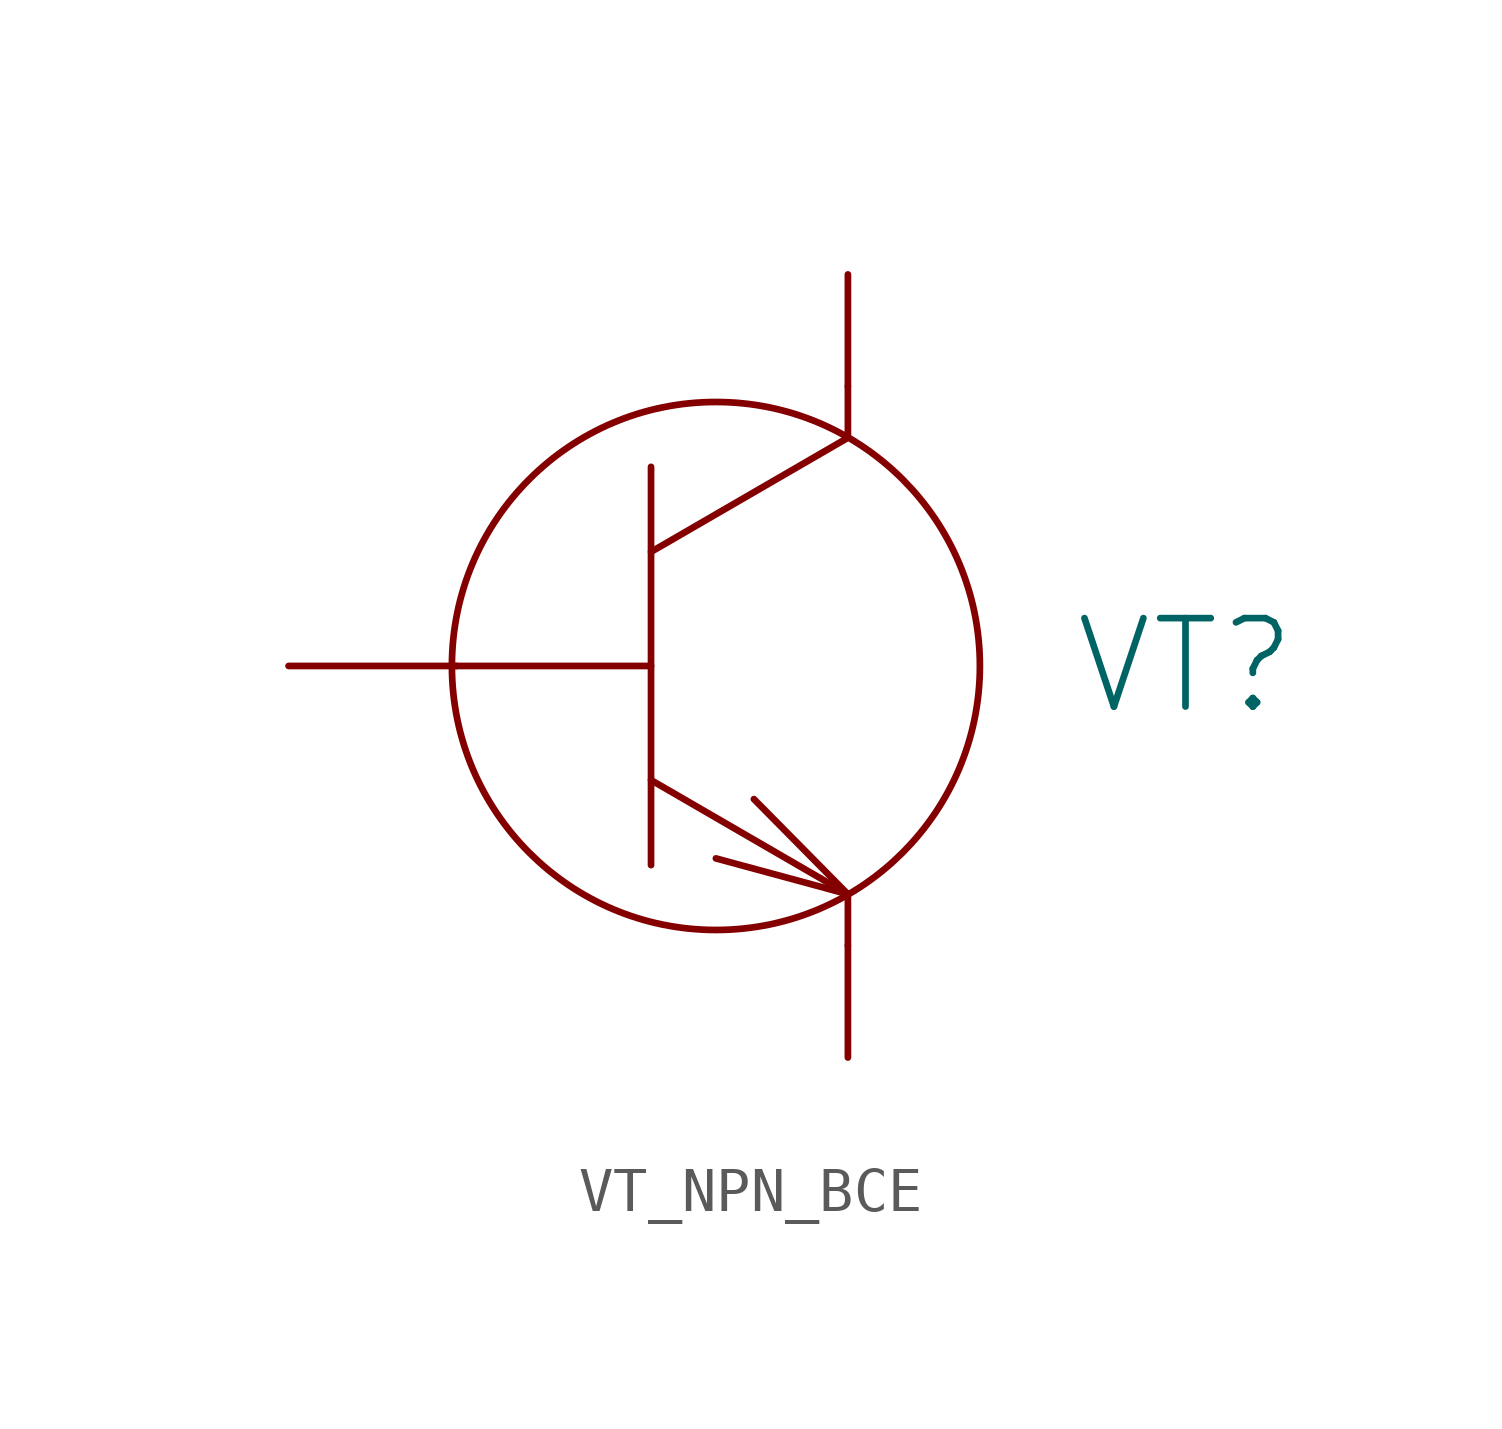
<source format=kicad_sym>
(kicad_symbol_lib
  (version 20231120)
  (generator "kicad_symbol_editor")
  (generator_version "8.0")
  (symbol "VT_NPN_BCE"
    (pin_numbers hide)
    (pin_names
      (offset 0) hide)
    (property "Reference" "VT"
      (at 8.89 0 0)
      (effects (font (size 2.007 2.007)) (justify left)))
    (symbol "VT_NPN_BCE_0_1"
      (polyline (pts (xy -5.08 0) (xy -0.66 0)) (stroke (width 0) (type solid)) (fill (type none)))
      (polyline (pts (xy -0.66 -2.591) (xy 3.81 -5.182)) (stroke (width 0) (type solid)) (fill (type none)))
      (polyline (pts (xy -0.66 2.591) (xy 3.81 5.182)) (stroke (width 0) (type solid)) (fill (type none)))
      (polyline (pts (xy -0.66 4.521) (xy -0.66 -4.521)) (stroke (width 0) (type solid)) (fill (type none)))
      (polyline (pts (xy 3.81 -6.35) (xy 3.81 -5.182)) (stroke (width 0) (type solid)) (fill (type none)))
      (polyline (pts (xy 3.81 -5.182) (xy 0.813 -4.369)) (stroke (width 0) (type solid)) (fill (type none)))
      (polyline (pts (xy 3.81 -5.182) (xy 1.676 -3.023)) (stroke (width 0) (type solid)) (fill (type none)))
      (polyline (pts (xy 3.81 6.35) (xy 3.81 5.232)) (stroke (width 0) (type solid)) (fill (type none)))
      (circle (center 0.813 0) (radius 5.994) (stroke (width 0) (type solid)) (fill (type none))))
    (symbol "VT_NPN_BCE_1_1"
      (pin passive line (at -8.89 0 0) (length 3.81) (name "B" (effects (font (size 2.007 2.007)))) (number "1" (effects (font (size 2.007 2.007)))))
      (pin passive line (at 3.81 8.89 270) (length 2.54) (name "C" (effects (font (size 2.007 2.007)))) (number "2" (effects (font (size 2.007 2.007)))))
      (pin passive line (at 3.81 -8.89 90) (length 2.54) (name "E" (effects (font (size 2.007 2.007)))) (number "3" (effects (font (size 2.007 2.007))))))))
</source>
